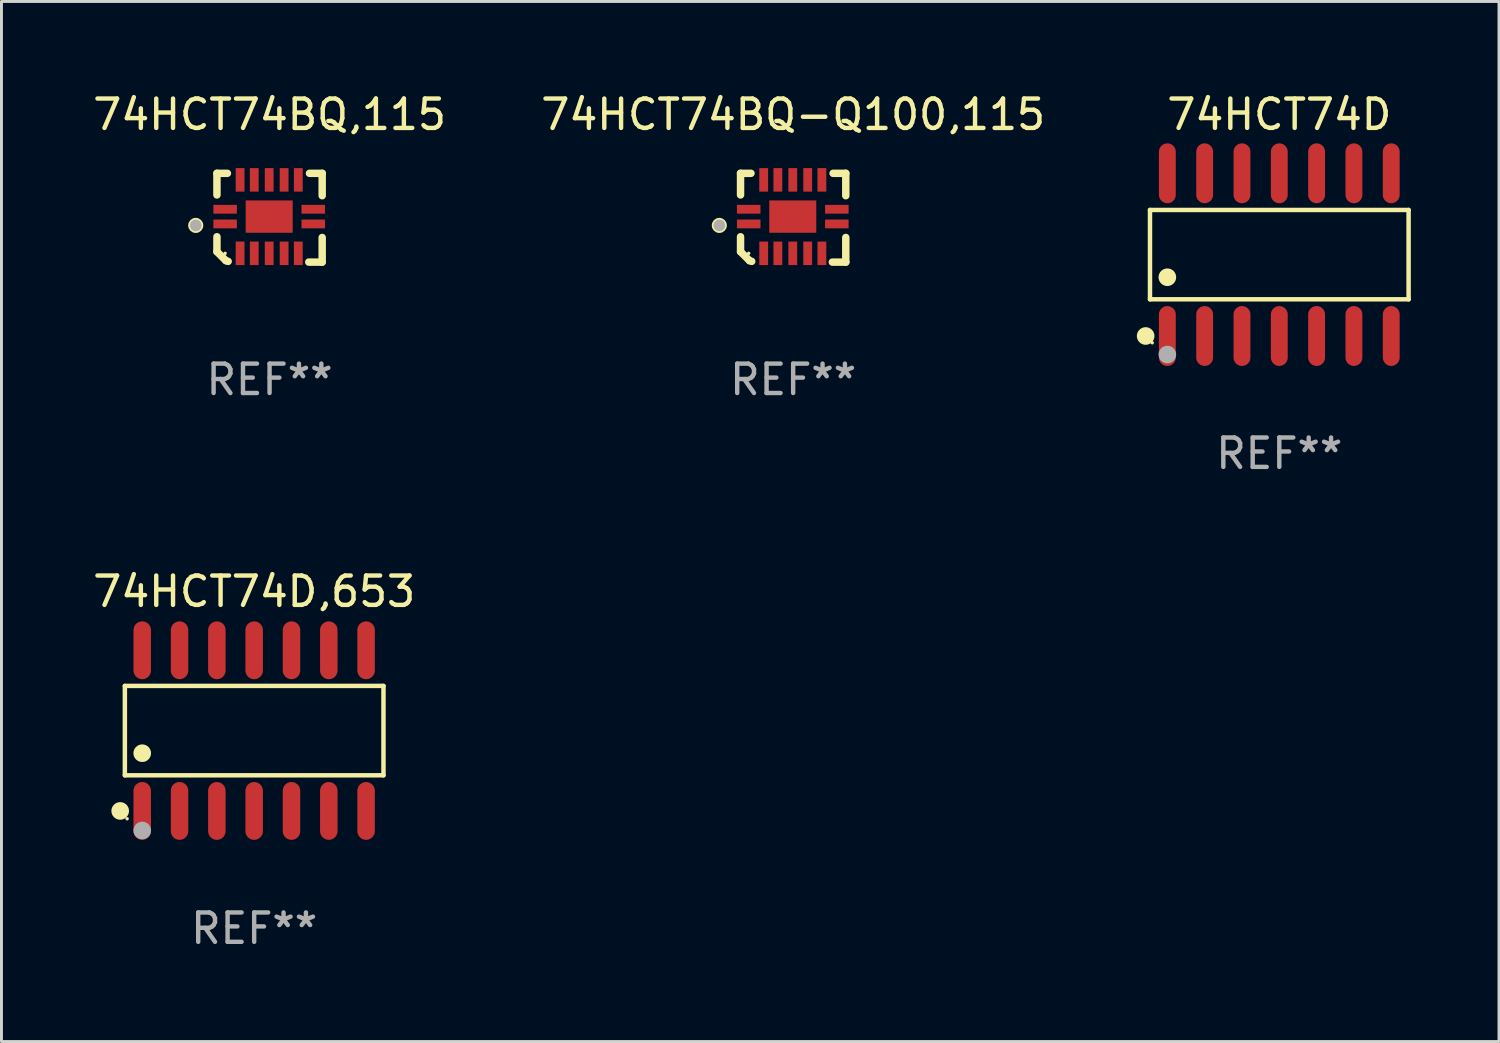
<source format=kicad_pcb>
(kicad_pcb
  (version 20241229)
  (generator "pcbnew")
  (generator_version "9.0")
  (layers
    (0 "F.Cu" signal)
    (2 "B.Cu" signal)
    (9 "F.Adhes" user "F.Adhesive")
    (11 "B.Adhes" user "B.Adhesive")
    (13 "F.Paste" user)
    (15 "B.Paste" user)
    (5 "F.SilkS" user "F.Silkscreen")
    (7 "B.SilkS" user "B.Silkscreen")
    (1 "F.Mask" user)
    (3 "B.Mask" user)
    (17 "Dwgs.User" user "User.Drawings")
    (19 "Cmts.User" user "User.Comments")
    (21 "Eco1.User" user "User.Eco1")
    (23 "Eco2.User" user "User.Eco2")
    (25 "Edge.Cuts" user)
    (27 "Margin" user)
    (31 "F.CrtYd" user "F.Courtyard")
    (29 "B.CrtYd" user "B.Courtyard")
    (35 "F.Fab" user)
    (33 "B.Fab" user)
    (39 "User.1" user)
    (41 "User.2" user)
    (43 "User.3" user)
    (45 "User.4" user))
  (footprint "74HCT74BQ,115"
    (layer "F.Cu")
    (at 6.125 4.36)
    (property "Reference" "74HCT74BQ,115" (at 0 -3.511 0) (layer "F.SilkS") (effects (font (size 1 1) (thickness 0.15))))
    (attr through_hole)
    (fp_line (start -1.791 -1.511) (end -1.435 -1.511) (stroke (width 0.254) (type solid)) (layer "F.SilkS"))
    (fp_line (start -1.791 -0.775) (end -1.791 -1.511) (stroke (width 0.254) (type solid)) (layer "F.SilkS"))
    (fp_line (start -1.791 1.156) (end -1.791 0.648) (stroke (width 0.254) (type solid)) (layer "F.SilkS"))
    (fp_line (start -1.486 1.461) (end -1.791 1.156) (stroke (width 0.254) (type solid)) (layer "F.SilkS"))
    (fp_line (start -1.41 1.486) (end -1.486 1.461) (stroke (width 0.254) (type solid)) (layer "F.SilkS"))
    (fp_line (start 1.334 1.511) (end 1.791 1.511) (stroke (width 0.254) (type solid)) (layer "F.SilkS"))
    (fp_line (start 1.791 -1.511) (end 1.359 -1.511) (stroke (width 0.254) (type solid)) (layer "F.SilkS"))
    (fp_line (start 1.791 -0.749) (end 1.791 -1.511) (stroke (width 0.254) (type solid)) (layer "F.SilkS"))
    (fp_line (start 1.791 1.511) (end 1.791 0.673) (stroke (width 0.254) (type solid)) (layer "F.SilkS"))
    (fp_circle (center -2.513 0.262) (end -2.383 0.262) (stroke (width 0.254) (type solid)) (fill no) (layer "F.SilkS"))
    (fp_circle (center -1.513 1.212) (end -1.483 1.212) (stroke (width 0.06) (type solid)) (fill no) (layer "F.SilkS"))
    (fp_circle (center -2.513 0.262) (end -2.413 0.262) (stroke (width 0.2) (type solid)) (fill no) (layer "F.Fab"))
    (fp_text user "REF**" (at 0 5.511 0) (layer "F.Fab") (effects (font (size 1 1) (thickness 0.15))))
    (pad "1" smd rect (at -1.513 0.212) (size 0.8 0.3) (layers "F.Cu" "F.Mask" "F.Paste"))
    (pad "2" smd rect (at -1.003 1.212) (size 0.3 0.8) (layers "F.Cu" "F.Mask" "F.Paste"))
    (pad "3" smd rect (at -0.521 1.212) (size 0.3 0.8) (layers "F.Cu" "F.Mask" "F.Paste"))
    (pad "4" smd rect (at -0.013 1.212) (size 0.3 0.8) (layers "F.Cu" "F.Mask" "F.Paste"))
    (pad "5" smd rect (at 0.495 1.212) (size 0.3 0.8) (layers "F.Cu" "F.Mask" "F.Paste"))
    (pad "6" smd rect (at 0.978 1.212) (size 0.3 0.8) (layers "F.Cu" "F.Mask" "F.Paste"))
    (pad "7" smd rect (at 1.487 0.212) (size 0.8 0.3) (layers "F.Cu" "F.Mask" "F.Paste"))
    (pad "8" smd rect (at 1.487 -0.288) (size 0.8 0.3) (layers "F.Cu" "F.Mask" "F.Paste"))
    (pad "9" smd rect (at 0.978 -1.288) (size 0.3 0.8) (layers "F.Cu" "F.Mask" "F.Paste"))
    (pad "10" smd rect (at 0.495 -1.288) (size 0.3 0.8) (layers "F.Cu" "F.Mask" "F.Paste"))
    (pad "11" smd rect (at -0.013 -1.288) (size 0.3 0.8) (layers "F.Cu" "F.Mask" "F.Paste"))
    (pad "12" smd rect (at -0.521 -1.288) (size 0.3 0.8) (layers "F.Cu" "F.Mask" "F.Paste"))
    (pad "13" smd rect (at -1.003 -1.288) (size 0.3 0.8) (layers "F.Cu" "F.Mask" "F.Paste"))
    (pad "14" smd rect (at -1.513 -0.288) (size 0.8 0.3) (layers "F.Cu" "F.Mask" "F.Paste"))
    (pad "15" smd rect (at -0.013 -0.038 90) (size 1.1 1.6) (layers "F.Cu" "F.Mask" "F.Paste")))
  (footprint "74HCT74D,653"
    (layer "F.Cu")
    (at 5.601 21.817)
    (property "Reference" "74HCT74D,653" (at 0 -4.734 0) (layer "F.SilkS") (effects (font (size 1 1) (thickness 0.15))))
    (attr through_hole)
    (fp_line (start -4.401 -1.521) (end 4.401 -1.521) (stroke (width 0.152) (type solid)) (layer "F.SilkS"))
    (fp_line (start -4.401 1.521) (end -4.401 -1.521) (stroke (width 0.152) (type solid)) (layer "F.SilkS"))
    (fp_line (start 4.401 -1.521) (end 4.401 1.521) (stroke (width 0.152) (type solid)) (layer "F.SilkS"))
    (fp_line (start 4.401 1.521) (end -4.401 1.521) (stroke (width 0.152) (type solid)) (layer "F.SilkS"))
    (fp_circle (center -4.56 2.734) (end -4.41 2.734) (stroke (width 0.3) (type solid)) (fill no) (layer "F.SilkS"))
    (fp_circle (center -4.325 3) (end -4.295 3) (stroke (width 0.06) (type solid)) (fill no) (layer "F.SilkS"))
    (fp_circle (center -3.81 0.769) (end -3.66 0.769) (stroke (width 0.3) (type solid)) (fill no) (layer "F.SilkS"))
    (fp_circle (center -3.81 3.4) (end -3.66 3.4) (stroke (width 0.3) (type solid)) (fill no) (layer "F.Fab"))
    (fp_text user "REF**" (at 0 6.734 0) (layer "F.Fab") (effects (font (size 1 1) (thickness 0.15))))
    (pad "1" smd oval (at -3.81 2.734) (size 0.595 1.968) (layers "F.Cu" "F.Mask" "F.Paste"))
    (pad "2" smd oval (at -2.54 2.734) (size 0.595 1.968) (layers "F.Cu" "F.Mask" "F.Paste"))
    (pad "3" smd oval (at -1.27 2.734) (size 0.595 1.968) (layers "F.Cu" "F.Mask" "F.Paste"))
    (pad "4" smd oval (at 0 2.734) (size 0.595 1.968) (layers "F.Cu" "F.Mask" "F.Paste"))
    (pad "5" smd oval (at 1.27 2.734) (size 0.595 1.968) (layers "F.Cu" "F.Mask" "F.Paste"))
    (pad "6" smd oval (at 2.54 2.734) (size 0.595 1.968) (layers "F.Cu" "F.Mask" "F.Paste"))
    (pad "7" smd oval (at 3.81 2.734) (size 0.595 1.968) (layers "F.Cu" "F.Mask" "F.Paste"))
    (pad "8" smd oval (at 3.81 -2.734) (size 0.595 1.968) (layers "F.Cu" "F.Mask" "F.Paste"))
    (pad "9" smd oval (at 2.54 -2.734) (size 0.595 1.968) (layers "F.Cu" "F.Mask" "F.Paste"))
    (pad "10" smd oval (at 1.27 -2.734) (size 0.595 1.968) (layers "F.Cu" "F.Mask" "F.Paste"))
    (pad "11" smd oval (at 0 -2.734) (size 0.595 1.968) (layers "F.Cu" "F.Mask" "F.Paste"))
    (pad "12" smd oval (at -1.27 -2.734) (size 0.595 1.968) (layers "F.Cu" "F.Mask" "F.Paste"))
    (pad "13" smd oval (at -2.54 -2.734) (size 0.595 1.968) (layers "F.Cu" "F.Mask" "F.Paste"))
    (pad "14" smd oval (at -3.81 -2.734) (size 0.595 1.968) (layers "F.Cu" "F.Mask" "F.Paste")))
  (footprint "74HCT74BQ-Q100,115"
    (layer "F.Cu")
    (at 23.946 4.36)
    (property "Reference" "74HCT74BQ-Q100,115" (at 0 -3.511 0) (layer "F.SilkS") (effects (font (size 1 1) (thickness 0.15))))
    (attr through_hole)
    (fp_line (start -1.791 -1.511) (end -1.435 -1.511) (stroke (width 0.254) (type solid)) (layer "F.SilkS"))
    (fp_line (start -1.791 -0.775) (end -1.791 -1.511) (stroke (width 0.254) (type solid)) (layer "F.SilkS"))
    (fp_line (start -1.791 1.156) (end -1.791 0.648) (stroke (width 0.254) (type solid)) (layer "F.SilkS"))
    (fp_line (start -1.486 1.461) (end -1.791 1.156) (stroke (width 0.254) (type solid)) (layer "F.SilkS"))
    (fp_line (start -1.41 1.486) (end -1.486 1.461) (stroke (width 0.254) (type solid)) (layer "F.SilkS"))
    (fp_line (start 1.334 1.511) (end 1.791 1.511) (stroke (width 0.254) (type solid)) (layer "F.SilkS"))
    (fp_line (start 1.791 -1.511) (end 1.359 -1.511) (stroke (width 0.254) (type solid)) (layer "F.SilkS"))
    (fp_line (start 1.791 -0.749) (end 1.791 -1.511) (stroke (width 0.254) (type solid)) (layer "F.SilkS"))
    (fp_line (start 1.791 1.511) (end 1.791 0.673) (stroke (width 0.254) (type solid)) (layer "F.SilkS"))
    (fp_circle (center -2.513 0.262) (end -2.383 0.262) (stroke (width 0.254) (type solid)) (fill no) (layer "F.SilkS"))
    (fp_circle (center -1.513 1.212) (end -1.483 1.212) (stroke (width 0.06) (type solid)) (fill no) (layer "F.SilkS"))
    (fp_circle (center -2.513 0.262) (end -2.413 0.262) (stroke (width 0.2) (type solid)) (fill no) (layer "F.Fab"))
    (fp_text user "REF**" (at 0 5.511 0) (layer "F.Fab") (effects (font (size 1 1) (thickness 0.15))))
    (pad "1" smd rect (at -1.513 0.212) (size 0.8 0.3) (layers "F.Cu" "F.Mask" "F.Paste"))
    (pad "2" smd rect (at -1.003 1.212) (size 0.3 0.8) (layers "F.Cu" "F.Mask" "F.Paste"))
    (pad "3" smd rect (at -0.521 1.212) (size 0.3 0.8) (layers "F.Cu" "F.Mask" "F.Paste"))
    (pad "4" smd rect (at -0.013 1.212) (size 0.3 0.8) (layers "F.Cu" "F.Mask" "F.Paste"))
    (pad "5" smd rect (at 0.495 1.212) (size 0.3 0.8) (layers "F.Cu" "F.Mask" "F.Paste"))
    (pad "6" smd rect (at 0.978 1.212) (size 0.3 0.8) (layers "F.Cu" "F.Mask" "F.Paste"))
    (pad "7" smd rect (at 1.487 0.212) (size 0.8 0.3) (layers "F.Cu" "F.Mask" "F.Paste"))
    (pad "8" smd rect (at 1.487 -0.288) (size 0.8 0.3) (layers "F.Cu" "F.Mask" "F.Paste"))
    (pad "9" smd rect (at 0.978 -1.288) (size 0.3 0.8) (layers "F.Cu" "F.Mask" "F.Paste"))
    (pad "10" smd rect (at 0.495 -1.288) (size 0.3 0.8) (layers "F.Cu" "F.Mask" "F.Paste"))
    (pad "11" smd rect (at -0.013 -1.288) (size 0.3 0.8) (layers "F.Cu" "F.Mask" "F.Paste"))
    (pad "12" smd rect (at -0.521 -1.288) (size 0.3 0.8) (layers "F.Cu" "F.Mask" "F.Paste"))
    (pad "13" smd rect (at -1.003 -1.288) (size 0.3 0.8) (layers "F.Cu" "F.Mask" "F.Paste"))
    (pad "14" smd rect (at -1.513 -0.288) (size 0.8 0.3) (layers "F.Cu" "F.Mask" "F.Paste"))
    (pad "15" smd rect (at -0.013 -0.038 90) (size 1.1 1.6) (layers "F.Cu" "F.Mask" "F.Paste")))
  (footprint "74HCT74D"
    (layer "F.Cu")
    (at 40.492 5.617)
    (property "Reference" "74HCT74D" (at 0 -4.769 0) (layer "F.SilkS") (effects (font (size 1 1) (thickness 0.15))))
    (attr through_hole)
    (fp_line (start -4.401 -1.521) (end 4.401 -1.521) (stroke (width 0.152) (type solid)) (layer "F.SilkS"))
    (fp_line (start -4.401 1.521) (end -4.401 -1.521) (stroke (width 0.152) (type solid)) (layer "F.SilkS"))
    (fp_line (start 4.401 -1.521) (end 4.401 1.521) (stroke (width 0.152) (type solid)) (layer "F.SilkS"))
    (fp_line (start 4.401 1.521) (end -4.401 1.521) (stroke (width 0.152) (type solid)) (layer "F.SilkS"))
    (fp_circle (center -4.549 2.769) (end -4.399 2.769) (stroke (width 0.3) (type solid)) (fill no) (layer "F.SilkS"))
    (fp_circle (center -4.325 3) (end -4.295 3) (stroke (width 0.06) (type solid)) (fill no) (layer "F.SilkS"))
    (fp_circle (center -3.81 0.769) (end -3.66 0.769) (stroke (width 0.3) (type solid)) (fill no) (layer "F.SilkS"))
    (fp_circle (center -3.81 3.4) (end -3.66 3.4) (stroke (width 0.3) (type solid)) (fill no) (layer "F.Fab"))
    (fp_text user "REF**" (at 0 6.769 0) (layer "F.Fab") (effects (font (size 1 1) (thickness 0.15))))
    (pad "1" smd oval (at -3.81 2.769) (size 0.574 2.038) (layers "F.Cu" "F.Mask" "F.Paste"))
    (pad "2" smd oval (at -2.54 2.769) (size 0.574 2.038) (layers "F.Cu" "F.Mask" "F.Paste"))
    (pad "3" smd oval (at -1.27 2.769) (size 0.574 2.038) (layers "F.Cu" "F.Mask" "F.Paste"))
    (pad "4" smd oval (at 0 2.769) (size 0.574 2.038) (layers "F.Cu" "F.Mask" "F.Paste"))
    (pad "5" smd oval (at 1.27 2.769) (size 0.574 2.038) (layers "F.Cu" "F.Mask" "F.Paste"))
    (pad "6" smd oval (at 2.54 2.769) (size 0.574 2.038) (layers "F.Cu" "F.Mask" "F.Paste"))
    (pad "7" smd oval (at 3.81 2.769) (size 0.574 2.038) (layers "F.Cu" "F.Mask" "F.Paste"))
    (pad "8" smd oval (at 3.81 -2.769) (size 0.574 2.038) (layers "F.Cu" "F.Mask" "F.Paste"))
    (pad "9" smd oval (at 2.54 -2.769) (size 0.574 2.038) (layers "F.Cu" "F.Mask" "F.Paste"))
    (pad "10" smd oval (at 1.27 -2.769) (size 0.574 2.038) (layers "F.Cu" "F.Mask" "F.Paste"))
    (pad "11" smd oval (at 0 -2.769) (size 0.574 2.038) (layers "F.Cu" "F.Mask" "F.Paste"))
    (pad "12" smd oval (at -1.27 -2.769) (size 0.574 2.038) (layers "F.Cu" "F.Mask" "F.Paste"))
    (pad "13" smd oval (at -2.54 -2.769) (size 0.574 2.038) (layers "F.Cu" "F.Mask" "F.Paste"))
    (pad "14" smd oval (at -3.81 -2.769) (size 0.574 2.038) (layers "F.Cu" "F.Mask" "F.Paste")))
  (gr_rect
    (start -3 -3)
    (end 47.97 32.399)
    (stroke (width 0.1) (type default))
    (fill no)
    (layer "Edge.Cuts")))
</source>
